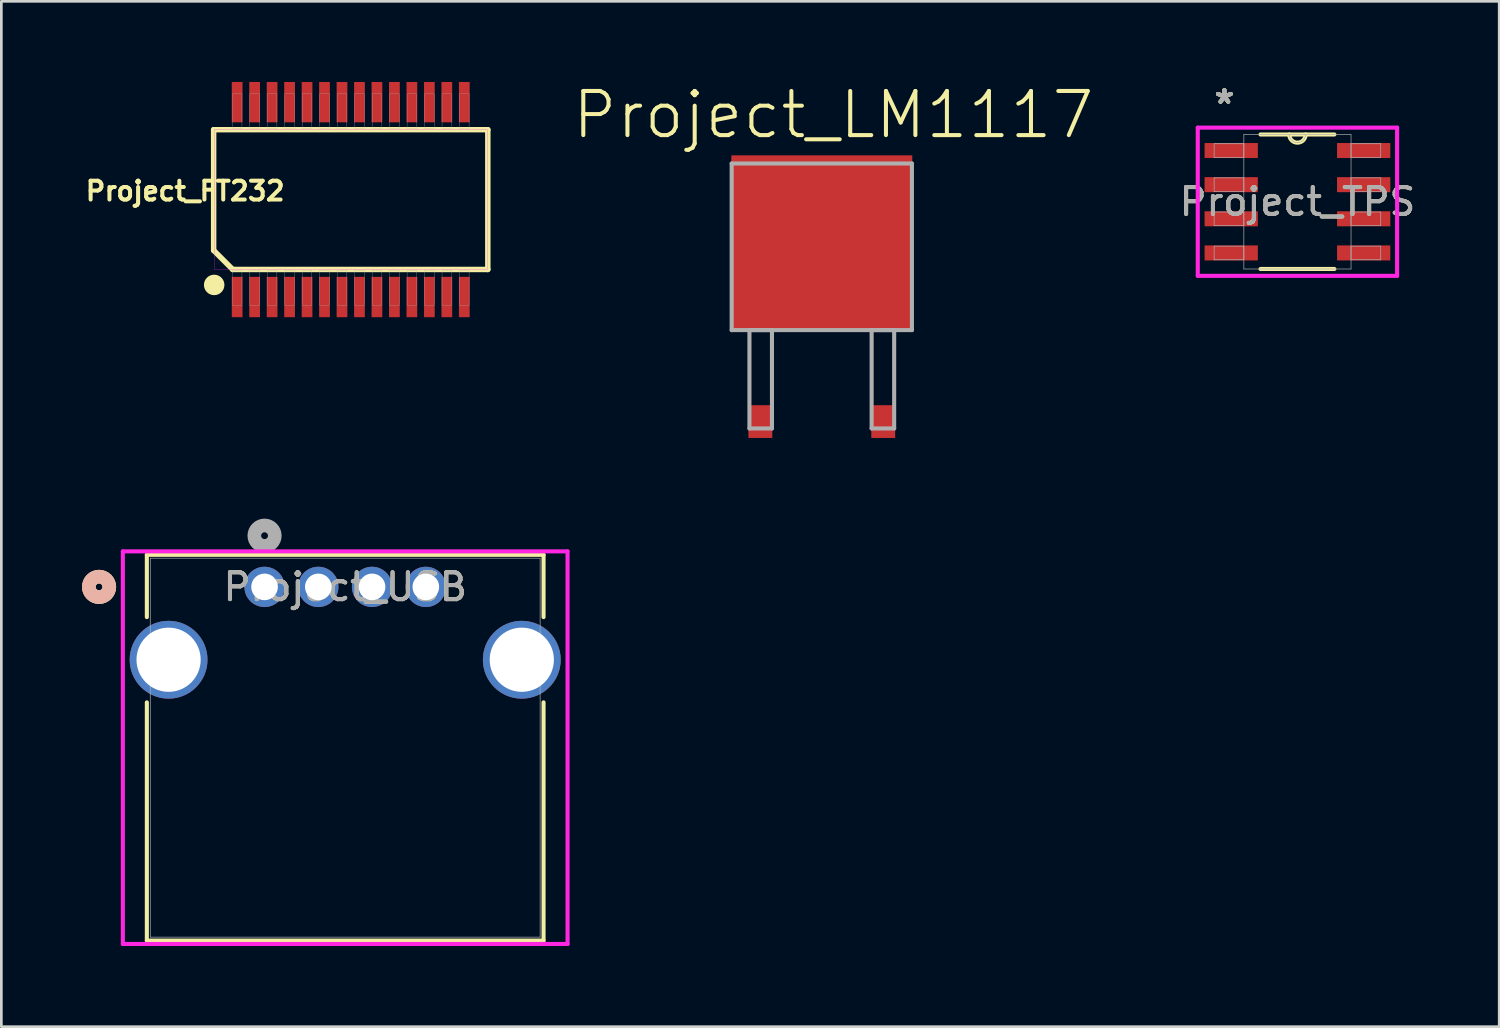
<source format=kicad_pcb>
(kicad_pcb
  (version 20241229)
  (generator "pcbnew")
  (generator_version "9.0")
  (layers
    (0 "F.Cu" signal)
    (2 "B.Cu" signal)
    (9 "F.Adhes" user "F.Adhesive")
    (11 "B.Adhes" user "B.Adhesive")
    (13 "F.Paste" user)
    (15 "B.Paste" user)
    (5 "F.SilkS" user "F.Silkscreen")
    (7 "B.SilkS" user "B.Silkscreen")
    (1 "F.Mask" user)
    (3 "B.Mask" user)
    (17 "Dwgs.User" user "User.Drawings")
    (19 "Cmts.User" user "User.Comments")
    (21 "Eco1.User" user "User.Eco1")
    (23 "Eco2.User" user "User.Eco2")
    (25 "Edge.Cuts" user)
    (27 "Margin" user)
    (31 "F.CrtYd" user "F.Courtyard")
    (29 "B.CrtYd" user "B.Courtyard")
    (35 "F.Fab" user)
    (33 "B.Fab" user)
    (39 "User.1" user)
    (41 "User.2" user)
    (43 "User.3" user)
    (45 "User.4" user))
  (footprint "Project_TPS"
    (layer "F.Cu")
    (at 45.218 4.455)
    (property "Reference" "Project_TPS" (at 0 0 0) (unlocked yes) (layer "F.SilkS") (effects (font (size 1 1) (thickness 0.15))))
    (attr smd)
    (fp_line (start -1.374 2.502) (end 1.374 2.502) (stroke (width 0.152) (type solid)) (layer "F.SilkS"))
    (fp_line (start 1.374 -2.502) (end -1.374 -2.502) (stroke (width 0.152) (type solid)) (layer "F.SilkS"))
    (fp_arc (start 0.3048 -2.5019) (mid 0 -2.1971) (end -0.3048 -2.5019) (stroke (width 0.1524) (type solid)) (layer "F.SilkS"))
    (fp_line (start -3.708 -2.756) (end 3.708 -2.756) (stroke (width 0.152) (type solid)) (layer "F.CrtYd"))
    (fp_line (start -3.708 2.756) (end -3.708 -2.756) (stroke (width 0.152) (type solid)) (layer "F.CrtYd"))
    (fp_line (start 3.708 -2.756) (end 3.708 2.756) (stroke (width 0.152) (type solid)) (layer "F.CrtYd"))
    (fp_line (start 3.708 2.756) (end -3.708 2.756) (stroke (width 0.152) (type solid)) (layer "F.CrtYd"))
    (fp_line (start -3.099 -2.159) (end -3.099 -1.651) (stroke (width 0.025) (type solid)) (layer "F.Fab"))
    (fp_line (start -3.099 -1.651) (end -1.994 -1.651) (stroke (width 0.025) (type solid)) (layer "F.Fab"))
    (fp_line (start -3.099 -0.889) (end -3.099 -0.381) (stroke (width 0.025) (type solid)) (layer "F.Fab"))
    (fp_line (start -3.099 -0.381) (end -1.994 -0.381) (stroke (width 0.025) (type solid)) (layer "F.Fab"))
    (fp_line (start -3.099 0.381) (end -3.099 0.889) (stroke (width 0.025) (type solid)) (layer "F.Fab"))
    (fp_line (start -3.099 0.889) (end -1.994 0.889) (stroke (width 0.025) (type solid)) (layer "F.Fab"))
    (fp_line (start -3.099 1.651) (end -3.099 2.159) (stroke (width 0.025) (type solid)) (layer "F.Fab"))
    (fp_line (start -3.099 2.159) (end -1.994 2.159) (stroke (width 0.025) (type solid)) (layer "F.Fab"))
    (fp_line (start -1.994 -2.502) (end -1.994 2.502) (stroke (width 0.025) (type solid)) (layer "F.Fab"))
    (fp_line (start -1.994 -2.159) (end -3.099 -2.159) (stroke (width 0.025) (type solid)) (layer "F.Fab"))
    (fp_line (start -1.994 -1.651) (end -1.994 -2.159) (stroke (width 0.025) (type solid)) (layer "F.Fab"))
    (fp_line (start -1.994 -0.889) (end -3.099 -0.889) (stroke (width 0.025) (type solid)) (layer "F.Fab"))
    (fp_line (start -1.994 -0.381) (end -1.994 -0.889) (stroke (width 0.025) (type solid)) (layer "F.Fab"))
    (fp_line (start -1.994 0.381) (end -3.099 0.381) (stroke (width 0.025) (type solid)) (layer "F.Fab"))
    (fp_line (start -1.994 0.889) (end -1.994 0.381) (stroke (width 0.025) (type solid)) (layer "F.Fab"))
    (fp_line (start -1.994 1.651) (end -3.099 1.651) (stroke (width 0.025) (type solid)) (layer "F.Fab"))
    (fp_line (start -1.994 2.159) (end -1.994 1.651) (stroke (width 0.025) (type solid)) (layer "F.Fab"))
    (fp_line (start -1.994 2.502) (end 1.994 2.502) (stroke (width 0.025) (type solid)) (layer "F.Fab"))
    (fp_line (start 1.994 -2.502) (end -1.994 -2.502) (stroke (width 0.025) (type solid)) (layer "F.Fab"))
    (fp_line (start 1.994 -2.159) (end 1.994 -1.651) (stroke (width 0.025) (type solid)) (layer "F.Fab"))
    (fp_line (start 1.994 -1.651) (end 3.099 -1.651) (stroke (width 0.025) (type solid)) (layer "F.Fab"))
    (fp_line (start 1.994 -0.889) (end 1.994 -0.381) (stroke (width 0.025) (type solid)) (layer "F.Fab"))
    (fp_line (start 1.994 -0.381) (end 3.099 -0.381) (stroke (width 0.025) (type solid)) (layer "F.Fab"))
    (fp_line (start 1.994 0.381) (end 1.994 0.889) (stroke (width 0.025) (type solid)) (layer "F.Fab"))
    (fp_line (start 1.994 0.889) (end 3.099 0.889) (stroke (width 0.025) (type solid)) (layer "F.Fab"))
    (fp_line (start 1.994 1.651) (end 1.994 2.159) (stroke (width 0.025) (type solid)) (layer "F.Fab"))
    (fp_line (start 1.994 2.159) (end 3.099 2.159) (stroke (width 0.025) (type solid)) (layer "F.Fab"))
    (fp_line (start 1.994 2.502) (end 1.994 -2.502) (stroke (width 0.025) (type solid)) (layer "F.Fab"))
    (fp_line (start 3.099 -2.159) (end 1.994 -2.159) (stroke (width 0.025) (type solid)) (layer "F.Fab"))
    (fp_line (start 3.099 -1.651) (end 3.099 -2.159) (stroke (width 0.025) (type solid)) (layer "F.Fab"))
    (fp_line (start 3.099 -0.889) (end 1.994 -0.889) (stroke (width 0.025) (type solid)) (layer "F.Fab"))
    (fp_line (start 3.099 -0.381) (end 3.099 -0.889) (stroke (width 0.025) (type solid)) (layer "F.Fab"))
    (fp_line (start 3.099 0.381) (end 1.994 0.381) (stroke (width 0.025) (type solid)) (layer "F.Fab"))
    (fp_line (start 3.099 0.889) (end 3.099 0.381) (stroke (width 0.025) (type solid)) (layer "F.Fab"))
    (fp_line (start 3.099 1.651) (end 1.994 1.651) (stroke (width 0.025) (type solid)) (layer "F.Fab"))
    (fp_line (start 3.099 2.159) (end 3.099 1.651) (stroke (width 0.025) (type solid)) (layer "F.Fab"))
    (fp_arc (start 0.3048 -2.5019) (mid 0 -2.1971) (end -0.3048 -2.5019) (stroke (width 0.0254) (type solid)) (layer "F.Fab"))
    (fp_text user "*" (at -2.718 -3.607 0) (unlocked yes) (layer "F.SilkS") (effects (font (size 1 1) (thickness 0.15))))
    (fp_text user "*" (at -2.718 -3.607 0) (layer "F.SilkS") (effects (font (size 1 1) (thickness 0.15))))
    (fp_text user "${REFERENCE}" (at 0 0 0) (unlocked yes) (layer "F.Fab") (effects (font (size 1 1) (thickness 0.15))))
    (fp_text user "*" (at -2.718 -3.607 0) (unlocked yes) (layer "F.Fab") (effects (font (size 1 1) (thickness 0.15))))
    (fp_text user "*" (at -2.718 -3.607 0) (layer "F.Fab") (effects (font (size 1 1) (thickness 0.15))))
    (pad "1" smd rect (at -2.464 -1.905) (size 1.981 0.559) (layers "F.Cu" "F.Mask" "F.Paste"))
    (pad "2" smd rect (at -2.464 -0.635) (size 1.981 0.559) (layers "F.Cu" "F.Mask" "F.Paste"))
    (pad "3" smd rect (at -2.464 0.635) (size 1.981 0.559) (layers "F.Cu" "F.Mask" "F.Paste"))
    (pad "4" smd rect (at -2.464 1.905) (size 1.981 0.559) (layers "F.Cu" "F.Mask" "F.Paste"))
    (pad "5" smd rect (at 2.464 1.905) (size 1.981 0.559) (layers "F.Cu" "F.Mask" "F.Paste"))
    (pad "6" smd rect (at 2.464 0.635) (size 1.981 0.559) (layers "F.Cu" "F.Mask" "F.Paste"))
    (pad "7" smd rect (at 2.464 -0.635) (size 1.981 0.559) (layers "F.Cu" "F.Mask" "F.Paste"))
    (pad "8" smd rect (at 2.464 -1.905) (size 1.981 0.559) (layers "F.Cu" "F.Mask" "F.Paste")))
  (footprint "Project_FT232"
    (layer "F.Cu")
    (at 9.998 4.375)
    (property "Reference" "Project_FT232" (at -6.16 -0.318 180) (layer "F.SilkS") (effects (font (size 0.7 0.7) (thickness 0.15))))
    (attr smd)
    (fp_line (start -5.1 -2.6) (end -5.1 1.89) (stroke (width 0.203) (type solid)) (layer "F.SilkS"))
    (fp_line (start -5.1 1.89) (end -4.39 2.6) (stroke (width 0.203) (type solid)) (layer "F.SilkS"))
    (fp_line (start -4.39 2.6) (end 5.1 2.6) (stroke (width 0.203) (type solid)) (layer "F.SilkS"))
    (fp_line (start 5.1 -2.6) (end -5.1 -2.6) (stroke (width 0.203) (type solid)) (layer "F.SilkS"))
    (fp_line (start 5.1 2.6) (end 5.1 -2.6) (stroke (width 0.203) (type solid)) (layer "F.SilkS"))
    (fp_circle (center -5.08 3.175) (end -4.699 3.175) (stroke (width 0) (type solid)) (fill yes) (layer "F.SilkS"))
    (fp_poly (pts (xy -5.08 -2.6) (xy 5.08 -2.6) (xy 5.08 2.6) (xy -5.08 2.6)) (stroke (width 0.01) (type solid)) (fill no) (layer "F.CrtYd"))
    (fp_poly (pts (xy -4.403 -3.937) (xy -4.047 -3.937) (xy -4.047 -2.642) (xy -4.403 -2.642)) (stroke (width 0.01) (type solid)) (fill no) (layer "F.Fab"))
    (fp_poly (pts (xy -4.403 2.642) (xy -4.047 2.642) (xy -4.047 3.937) (xy -4.403 3.937)) (stroke (width 0.01) (type solid)) (fill no) (layer "F.Fab"))
    (fp_poly (pts (xy -3.753 -3.937) (xy -3.397 -3.937) (xy -3.397 -2.642) (xy -3.753 -2.642)) (stroke (width 0.01) (type solid)) (fill no) (layer "F.Fab"))
    (fp_poly (pts (xy -3.753 2.642) (xy -3.397 2.642) (xy -3.397 3.937) (xy -3.753 3.937)) (stroke (width 0.01) (type solid)) (fill no) (layer "F.Fab"))
    (fp_poly (pts (xy -3.103 -3.937) (xy -2.747 -3.937) (xy -2.747 -2.642) (xy -3.103 -2.642)) (stroke (width 0.01) (type solid)) (fill no) (layer "F.Fab"))
    (fp_poly (pts (xy -3.103 2.642) (xy -2.747 2.642) (xy -2.747 3.937) (xy -3.103 3.937)) (stroke (width 0.01) (type solid)) (fill no) (layer "F.Fab"))
    (fp_poly (pts (xy -2.453 -3.937) (xy -2.097 -3.937) (xy -2.097 -2.642) (xy -2.453 -2.642)) (stroke (width 0.01) (type solid)) (fill no) (layer "F.Fab"))
    (fp_poly (pts (xy -2.453 2.642) (xy -2.097 2.642) (xy -2.097 3.937) (xy -2.453 3.937)) (stroke (width 0.01) (type solid)) (fill no) (layer "F.Fab"))
    (fp_poly (pts (xy -1.803 -3.937) (xy -1.447 -3.937) (xy -1.447 -2.642) (xy -1.803 -2.642)) (stroke (width 0.01) (type solid)) (fill no) (layer "F.Fab"))
    (fp_poly (pts (xy -1.803 2.642) (xy -1.447 2.642) (xy -1.447 3.937) (xy -1.803 3.937)) (stroke (width 0.01) (type solid)) (fill no) (layer "F.Fab"))
    (fp_poly (pts (xy -1.153 -3.937) (xy -0.797 -3.937) (xy -0.797 -2.642) (xy -1.153 -2.642)) (stroke (width 0.01) (type solid)) (fill no) (layer "F.Fab"))
    (fp_poly (pts (xy -1.153 2.642) (xy -0.797 2.642) (xy -0.797 3.937) (xy -1.153 3.937)) (stroke (width 0.01) (type solid)) (fill no) (layer "F.Fab"))
    (fp_poly (pts (xy -0.503 -3.937) (xy -0.147 -3.937) (xy -0.147 -2.642) (xy -0.503 -2.642)) (stroke (width 0.01) (type solid)) (fill no) (layer "F.Fab"))
    (fp_poly (pts (xy -0.503 2.642) (xy -0.147 2.642) (xy -0.147 3.937) (xy -0.503 3.937)) (stroke (width 0.01) (type solid)) (fill no) (layer "F.Fab"))
    (fp_poly (pts (xy 0.147 -3.937) (xy 0.503 -3.937) (xy 0.503 -2.642) (xy 0.147 -2.642)) (stroke (width 0.01) (type solid)) (fill no) (layer "F.Fab"))
    (fp_poly (pts (xy 0.147 2.642) (xy 0.503 2.642) (xy 0.503 3.937) (xy 0.147 3.937)) (stroke (width 0.01) (type solid)) (fill no) (layer "F.Fab"))
    (fp_poly (pts (xy 0.797 -3.937) (xy 1.153 -3.937) (xy 1.153 -2.642) (xy 0.797 -2.642)) (stroke (width 0.01) (type solid)) (fill no) (layer "F.Fab"))
    (fp_poly (pts (xy 0.797 2.642) (xy 1.153 2.642) (xy 1.153 3.937) (xy 0.797 3.937)) (stroke (width 0.01) (type solid)) (fill no) (layer "F.Fab"))
    (fp_poly (pts (xy 1.447 -3.937) (xy 1.803 -3.937) (xy 1.803 -2.642) (xy 1.447 -2.642)) (stroke (width 0.01) (type solid)) (fill no) (layer "F.Fab"))
    (fp_poly (pts (xy 1.447 2.642) (xy 1.803 2.642) (xy 1.803 3.937) (xy 1.447 3.937)) (stroke (width 0.01) (type solid)) (fill no) (layer "F.Fab"))
    (fp_poly (pts (xy 2.097 -3.937) (xy 2.453 -3.937) (xy 2.453 -2.642) (xy 2.097 -2.642)) (stroke (width 0.01) (type solid)) (fill no) (layer "F.Fab"))
    (fp_poly (pts (xy 2.097 2.642) (xy 2.453 2.642) (xy 2.453 3.937) (xy 2.097 3.937)) (stroke (width 0.01) (type solid)) (fill no) (layer "F.Fab"))
    (fp_poly (pts (xy 2.747 -3.937) (xy 3.103 -3.937) (xy 3.103 -2.642) (xy 2.747 -2.642)) (stroke (width 0.01) (type solid)) (fill no) (layer "F.Fab"))
    (fp_poly (pts (xy 2.747 2.642) (xy 3.103 2.642) (xy 3.103 3.937) (xy 2.747 3.937)) (stroke (width 0.01) (type solid)) (fill no) (layer "F.Fab"))
    (fp_poly (pts (xy 3.397 -3.937) (xy 3.753 -3.937) (xy 3.753 -2.642) (xy 3.397 -2.642)) (stroke (width 0.01) (type solid)) (fill no) (layer "F.Fab"))
    (fp_poly (pts (xy 3.397 2.642) (xy 3.753 2.642) (xy 3.753 3.937) (xy 3.397 3.937)) (stroke (width 0.01) (type solid)) (fill no) (layer "F.Fab"))
    (fp_poly (pts (xy 4.047 -3.937) (xy 4.403 -3.937) (xy 4.403 -2.642) (xy 4.047 -2.642)) (stroke (width 0.01) (type solid)) (fill no) (layer "F.Fab"))
    (fp_poly (pts (xy 4.047 2.642) (xy 4.403 2.642) (xy 4.403 3.937) (xy 4.047 3.937)) (stroke (width 0.01) (type solid)) (fill no) (layer "F.Fab"))
    (pad "1" smd rect (at -4.225 3.625) (size 0.4 1.5) (layers "F.Cu" "F.Mask" "F.Paste"))
    (pad "2" smd rect (at -3.575 3.625) (size 0.4 1.5) (layers "F.Cu" "F.Mask" "F.Paste"))
    (pad "3" smd rect (at -2.925 3.625) (size 0.4 1.5) (layers "F.Cu" "F.Mask" "F.Paste"))
    (pad "4" smd rect (at -2.275 3.625) (size 0.4 1.5) (layers "F.Cu" "F.Mask" "F.Paste"))
    (pad "5" smd rect (at -1.625 3.625) (size 0.4 1.5) (layers "F.Cu" "F.Mask" "F.Paste"))
    (pad "6" smd rect (at -0.975 3.625) (size 0.4 1.5) (layers "F.Cu" "F.Mask" "F.Paste"))
    (pad "7" smd rect (at -0.325 3.625) (size 0.4 1.5) (layers "F.Cu" "F.Mask" "F.Paste"))
    (pad "8" smd rect (at 0.325 3.625) (size 0.4 1.5) (layers "F.Cu" "F.Mask" "F.Paste"))
    (pad "9" smd rect (at 0.975 3.625) (size 0.4 1.5) (layers "F.Cu" "F.Mask" "F.Paste"))
    (pad "10" smd rect (at 1.625 3.625) (size 0.4 1.5) (layers "F.Cu" "F.Mask" "F.Paste"))
    (pad "11" smd rect (at 2.275 3.625) (size 0.4 1.5) (layers "F.Cu" "F.Mask" "F.Paste"))
    (pad "12" smd rect (at 2.925 3.625) (size 0.4 1.5) (layers "F.Cu" "F.Mask" "F.Paste"))
    (pad "13" smd rect (at 3.575 3.625) (size 0.4 1.5) (layers "F.Cu" "F.Mask" "F.Paste"))
    (pad "14" smd rect (at 4.225 3.625) (size 0.4 1.5) (layers "F.Cu" "F.Mask" "F.Paste"))
    (pad "15" smd rect (at 4.225 -3.625) (size 0.4 1.5) (layers "F.Cu" "F.Mask" "F.Paste"))
    (pad "16" smd rect (at 3.575 -3.625) (size 0.4 1.5) (layers "F.Cu" "F.Mask" "F.Paste"))
    (pad "17" smd rect (at 2.925 -3.625) (size 0.4 1.5) (layers "F.Cu" "F.Mask" "F.Paste"))
    (pad "18" smd rect (at 2.275 -3.625) (size 0.4 1.5) (layers "F.Cu" "F.Mask" "F.Paste"))
    (pad "19" smd rect (at 1.625 -3.625) (size 0.4 1.5) (layers "F.Cu" "F.Mask" "F.Paste"))
    (pad "20" smd rect (at 0.975 -3.625) (size 0.4 1.5) (layers "F.Cu" "F.Mask" "F.Paste"))
    (pad "21" smd rect (at 0.325 -3.625) (size 0.4 1.5) (layers "F.Cu" "F.Mask" "F.Paste"))
    (pad "22" smd rect (at -0.325 -3.625) (size 0.4 1.5) (layers "F.Cu" "F.Mask" "F.Paste"))
    (pad "23" smd rect (at -0.975 -3.625) (size 0.4 1.5) (layers "F.Cu" "F.Mask" "F.Paste"))
    (pad "24" smd rect (at -1.625 -3.625) (size 0.4 1.5) (layers "F.Cu" "F.Mask" "F.Paste"))
    (pad "25" smd rect (at -2.275 -3.625) (size 0.4 1.5) (layers "F.Cu" "F.Mask" "F.Paste"))
    (pad "26" smd rect (at -2.925 -3.625) (size 0.4 1.5) (layers "F.Cu" "F.Mask" "F.Paste"))
    (pad "27" smd rect (at -3.575 -3.625) (size 0.4 1.5) (layers "F.Cu" "F.Mask" "F.Paste"))
    (pad "28" smd rect (at -4.225 -3.625) (size 0.4 1.5) (layers "F.Cu" "F.Mask" "F.Paste")))
  (footprint "Project_LM1117"
    (layer "F.Cu")
    (at 27.523 6.132)
    (property "Reference" "Project_LM1117" (at 0.432 -4.908 0) (layer "F.SilkS") (effects (font (size 1.642 1.642) (thickness 0.15))))
    (attr smd)
    (fp_line (start -3.353 -3.099) (end -3.353 3.099) (stroke (width 0.152) (type solid)) (layer "F.Fab"))
    (fp_line (start -3.353 3.099) (end 3.353 3.099) (stroke (width 0.152) (type solid)) (layer "F.Fab"))
    (fp_line (start -2.692 3.099) (end -2.692 6.756) (stroke (width 0.152) (type solid)) (layer "F.Fab"))
    (fp_line (start -2.692 6.756) (end -1.854 6.756) (stroke (width 0.152) (type solid)) (layer "F.Fab"))
    (fp_line (start -1.854 3.099) (end -2.692 3.099) (stroke (width 0.152) (type solid)) (layer "F.Fab"))
    (fp_line (start -1.854 6.756) (end -1.854 3.099) (stroke (width 0.152) (type solid)) (layer "F.Fab"))
    (fp_line (start 1.854 3.099) (end 1.854 6.756) (stroke (width 0.152) (type solid)) (layer "F.Fab"))
    (fp_line (start 1.854 6.756) (end 2.692 6.756) (stroke (width 0.152) (type solid)) (layer "F.Fab"))
    (fp_line (start 2.692 3.099) (end 1.854 3.099) (stroke (width 0.152) (type solid)) (layer "F.Fab"))
    (fp_line (start 2.692 6.756) (end 2.692 3.099) (stroke (width 0.152) (type solid)) (layer "F.Fab"))
    (fp_line (start 3.353 -3.099) (end -3.353 -3.099) (stroke (width 0.152) (type solid)) (layer "F.Fab"))
    (fp_line (start 3.353 3.099) (end 3.353 -3.099) (stroke (width 0.152) (type solid)) (layer "F.Fab"))
    (pad "1" smd rect (at -2.286 6.502) (size 0.889 1.219) (layers "F.Cu" "F.Mask" "F.Paste"))
    (pad "2" smd rect (at 0 -0.152) (size 6.731 6.502) (layers "F.Cu" "F.Mask" "F.Paste"))
    (pad "3" smd rect (at 2.286 6.502) (size 0.889 1.219) (layers "F.Cu" "F.Mask" "F.Paste")))
  (footprint "Project_USB"
    (layer "F.Cu")
    (at 6.792 18.784)
    (property "Reference" "Project_USB" (at 3 0 0) (unlocked yes) (layer "F.SilkS") (effects (font (size 1 1) (thickness 0.15))))
    (attr through_hole)
    (fp_line (start -4.379 -1.194) (end -4.379 1.124) (stroke (width 0.152) (type solid)) (layer "F.SilkS"))
    (fp_line (start -4.379 4.296) (end -4.379 13.157) (stroke (width 0.152) (type solid)) (layer "F.SilkS"))
    (fp_line (start -4.379 13.157) (end 10.379 13.157) (stroke (width 0.152) (type solid)) (layer "F.SilkS"))
    (fp_line (start 10.379 -1.194) (end -4.379 -1.194) (stroke (width 0.152) (type solid)) (layer "F.SilkS"))
    (fp_line (start 10.379 1.124) (end 10.379 -1.194) (stroke (width 0.152) (type solid)) (layer "F.SilkS"))
    (fp_line (start 10.379 13.157) (end 10.379 4.296) (stroke (width 0.152) (type solid)) (layer "F.SilkS"))
    (fp_circle (center -6.157 0) (end -5.776 0) (stroke (width 0.508) (type solid)) (fill no) (layer "F.SilkS"))
    (fp_circle (center -6.157 0) (end -5.776 0) (stroke (width 0.508) (type solid)) (fill no) (layer "B.SilkS"))
    (fp_line (start -5.272 -1.321) (end -5.272 13.284) (stroke (width 0.152) (type solid)) (layer "F.CrtYd"))
    (fp_line (start -5.272 13.284) (end 11.272 13.284) (stroke (width 0.152) (type solid)) (layer "F.CrtYd"))
    (fp_line (start 11.272 -1.321) (end -5.272 -1.321) (stroke (width 0.152) (type solid)) (layer "F.CrtYd"))
    (fp_line (start 11.272 13.284) (end 11.272 -1.321) (stroke (width 0.152) (type solid)) (layer "F.CrtYd"))
    (fp_line (start -4.252 -1.067) (end -4.252 13.03) (stroke (width 0.025) (type solid)) (layer "F.Fab"))
    (fp_line (start -4.252 13.03) (end 10.252 13.03) (stroke (width 0.025) (type solid)) (layer "F.Fab"))
    (fp_line (start 10.252 -1.067) (end -4.252 -1.067) (stroke (width 0.025) (type solid)) (layer "F.Fab"))
    (fp_line (start 10.252 13.03) (end 10.252 -1.067) (stroke (width 0.025) (type solid)) (layer "F.Fab"))
    (fp_circle (center 0 -1.905) (end 0.381 -1.905) (stroke (width 0.508) (type solid)) (fill no) (layer "F.Fab"))
    (fp_text user "${REFERENCE}" (at 3 0 0) (unlocked yes) (layer "F.Fab") (effects (font (size 1 1) (thickness 0.15))))
    (pad "1" thru_hole circle (at 0 0) (size 1.499 1.499) (drill 0.991) (layers "*.Cu" "*.Mask"))
    (pad "2" thru_hole circle (at 2 0) (size 1.499 1.499) (drill 0.991) (layers "*.Cu" "*.Mask"))
    (pad "3" thru_hole circle (at 4 0) (size 1.499 1.499) (drill 0.991) (layers "*.Cu" "*.Mask"))
    (pad "4" thru_hole circle (at 6 0) (size 1.499 1.499) (drill 0.991) (layers "*.Cu" "*.Mask"))
    (pad "5" thru_hole circle (at -3.57 2.71) (size 2.896 2.896) (drill 2.388) (layers "*.Cu" "*.Mask"))
    (pad "6" thru_hole circle (at 9.57 2.71) (size 2.896 2.896) (drill 2.388) (layers "*.Cu" "*.Mask")))
  (gr_rect
    (start -3 -3)
    (end 52.724 35.144)
    (stroke (width 0.1) (type default))
    (fill no)
    (layer "Edge.Cuts")))
</source>
